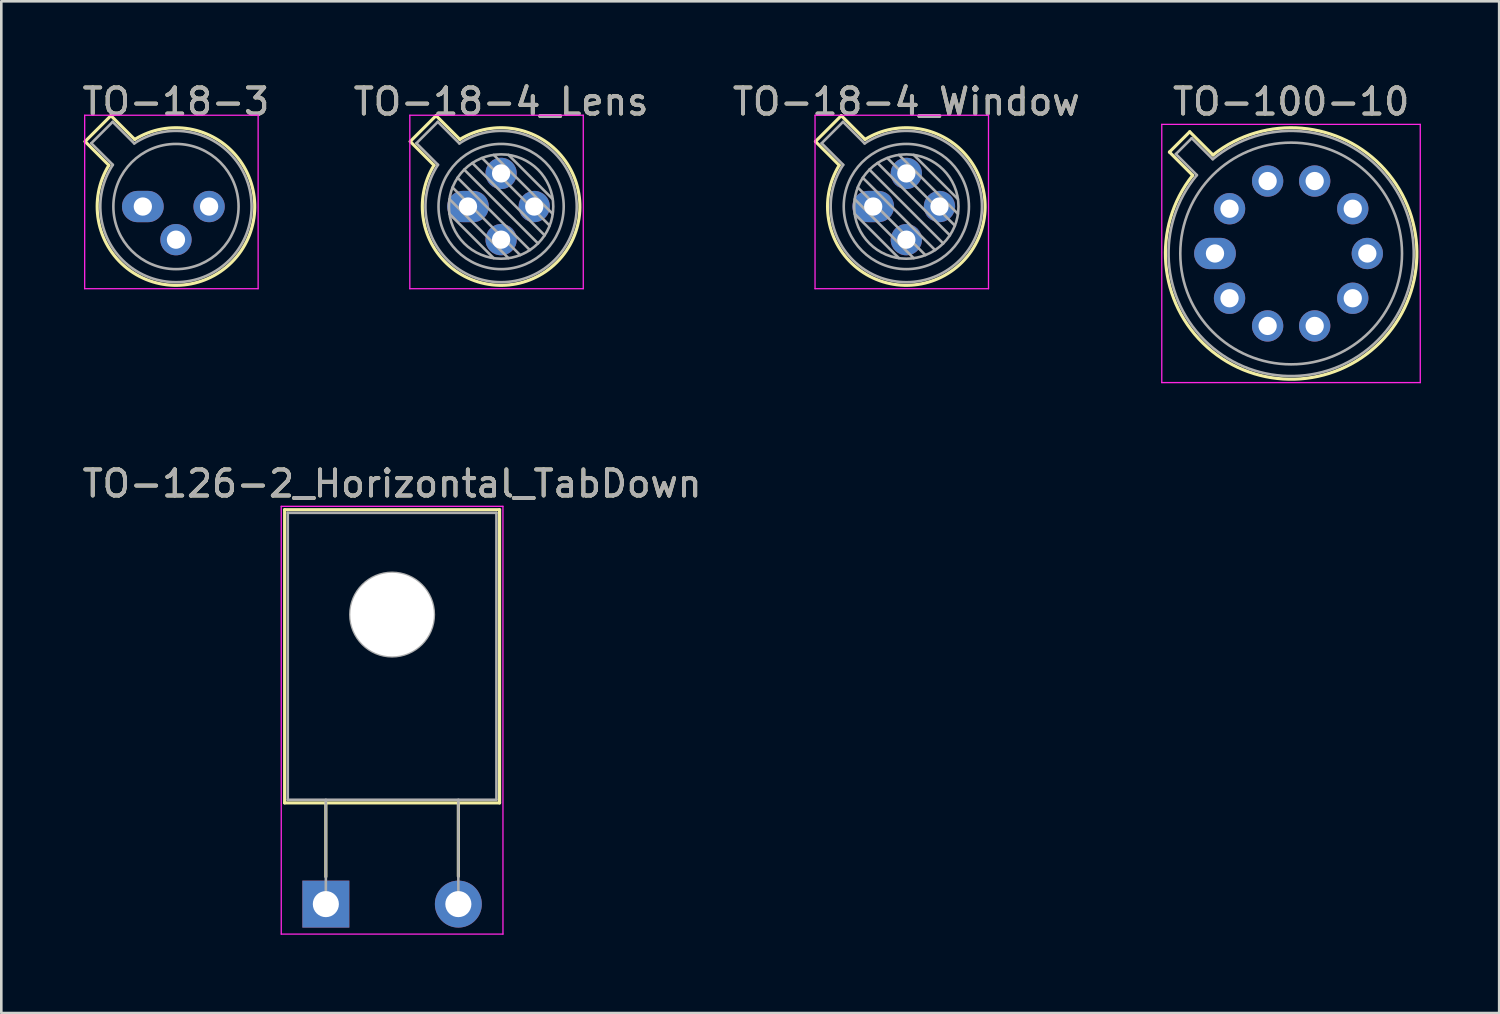
<source format=kicad_pcb>
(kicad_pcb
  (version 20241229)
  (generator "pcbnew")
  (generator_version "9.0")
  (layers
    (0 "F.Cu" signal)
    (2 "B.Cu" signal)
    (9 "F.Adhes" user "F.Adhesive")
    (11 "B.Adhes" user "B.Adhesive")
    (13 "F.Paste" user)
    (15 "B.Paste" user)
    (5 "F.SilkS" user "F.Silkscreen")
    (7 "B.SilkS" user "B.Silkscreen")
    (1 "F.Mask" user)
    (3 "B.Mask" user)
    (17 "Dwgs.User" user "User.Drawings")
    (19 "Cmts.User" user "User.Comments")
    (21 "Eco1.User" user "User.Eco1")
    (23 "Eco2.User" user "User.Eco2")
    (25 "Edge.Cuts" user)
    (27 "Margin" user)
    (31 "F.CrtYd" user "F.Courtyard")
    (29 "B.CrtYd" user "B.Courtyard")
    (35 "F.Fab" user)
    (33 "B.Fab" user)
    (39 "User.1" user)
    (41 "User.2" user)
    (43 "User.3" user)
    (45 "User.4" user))
  (footprint "TO-18-3"
    (layer "F.Cu")
    (at 2.426 4.868)
    (property "Reference" "TO-18-3" (at 1.27 -4.02 0) (layer "F.SilkS") (effects (font (size 1 1) (thickness 0.15))))
    (attr through_hole)
    (fp_line (start -2.214 -2.494) (end -1.302 -1.582) (stroke (width 0.12) (type solid)) (layer "F.SilkS"))
    (fp_line (start -1.224 -3.484) (end -2.214 -2.494) (stroke (width 0.12) (type solid)) (layer "F.SilkS"))
    (fp_line (start -0.312 -2.572) (end -1.224 -3.484) (stroke (width 0.12) (type solid)) (layer "F.SilkS"))
    (fp_arc (start -0.312331 -2.572281) (mid 3.405374 2.135551) (end -1.30215 -1.582544) (stroke (width 0.12) (type solid)) (layer "F.SilkS"))
    (fp_line (start -2.23 -3.5) (end -2.23 3.15) (stroke (width 0.05) (type solid)) (layer "F.CrtYd"))
    (fp_line (start -2.23 3.15) (end 4.42 3.15) (stroke (width 0.05) (type solid)) (layer "F.CrtYd"))
    (fp_line (start 4.42 -3.5) (end -2.23 -3.5) (stroke (width 0.05) (type solid)) (layer "F.CrtYd"))
    (fp_line (start 4.42 3.15) (end 4.42 -3.5) (stroke (width 0.05) (type solid)) (layer "F.CrtYd"))
    (fp_line (start -1.977 -2.426) (end -1.149 -1.599) (stroke (width 0.1) (type solid)) (layer "F.Fab"))
    (fp_line (start -1.156 -3.247) (end -1.977 -2.426) (stroke (width 0.1) (type solid)) (layer "F.Fab"))
    (fp_line (start -0.329 -2.419) (end -1.156 -3.247) (stroke (width 0.1) (type solid)) (layer "F.Fab"))
    (fp_arc (start -0.329057 -2.419301) (mid 3.321076 2.050143) (end -1.150029 -1.597956) (stroke (width 0.1) (type solid)) (layer "F.Fab"))
    (fp_circle (center 1.27 0) (end 3.67 0) (stroke (width 0.1) (type solid)) (fill no) (layer "F.Fab"))
    (fp_text user "${REFERENCE}" (at 1.27 -4.02 0) (layer "F.Fab") (effects (font (size 1 1) (thickness 0.15))))
    (pad "1" thru_hole oval (at 0 0) (size 1.6 1.2) (drill 0.7) (layers "*.Cu" "*.Mask"))
    (pad "2" thru_hole oval (at 1.27 1.27) (size 1.2 1.2) (drill 0.7) (layers "*.Cu" "*.Mask"))
    (pad "3" thru_hole oval (at 2.54 0) (size 1.2 1.2) (drill 0.7) (layers "*.Cu" "*.Mask")))
  (footprint "TO-18-4_Window"
    (layer "F.Cu")
    (at 30.426 4.868)
    (property "Reference" "TO-18-4_Window" (at 1.27 -4.02 0) (layer "F.SilkS") (effects (font (size 1 1) (thickness 0.15))))
    (attr through_hole)
    (fp_line (start -2.214 -2.494) (end -1.302 -1.582) (stroke (width 0.12) (type solid)) (layer "F.SilkS"))
    (fp_line (start -1.224 -3.484) (end -2.214 -2.494) (stroke (width 0.12) (type solid)) (layer "F.SilkS"))
    (fp_line (start -0.312 -2.572) (end -1.224 -3.484) (stroke (width 0.12) (type solid)) (layer "F.SilkS"))
    (fp_arc (start -0.312331 -2.572281) (mid 3.405374 2.135551) (end -1.30215 -1.582544) (stroke (width 0.12) (type solid)) (layer "F.SilkS"))
    (fp_line (start -2.23 -3.5) (end -2.23 3.15) (stroke (width 0.05) (type solid)) (layer "F.CrtYd"))
    (fp_line (start -2.23 3.15) (end 4.42 3.15) (stroke (width 0.05) (type solid)) (layer "F.CrtYd"))
    (fp_line (start 4.42 -3.5) (end -2.23 -3.5) (stroke (width 0.05) (type solid)) (layer "F.CrtYd"))
    (fp_line (start 4.42 3.15) (end 4.42 -3.5) (stroke (width 0.05) (type solid)) (layer "F.CrtYd"))
    (fp_line (start -1.977 -2.426) (end -1.149 -1.599) (stroke (width 0.1) (type solid)) (layer "F.Fab"))
    (fp_line (start -1.156 -3.247) (end -1.977 -2.426) (stroke (width 0.1) (type solid)) (layer "F.Fab"))
    (fp_line (start -0.71 -0.283) (end 1.553 1.98) (stroke (width 0.1) (type solid)) (layer "F.Fab"))
    (fp_line (start -0.71 0.283) (end 0.987 1.98) (stroke (width 0.1) (type solid)) (layer "F.Fab"))
    (fp_line (start -0.592 -0.731) (end 2.001 1.862) (stroke (width 0.1) (type solid)) (layer "F.Fab"))
    (fp_line (start -0.399 -1.103) (end 2.373 1.669) (stroke (width 0.1) (type solid)) (layer "F.Fab"))
    (fp_line (start -0.329 -2.419) (end -1.156 -3.247) (stroke (width 0.1) (type solid)) (layer "F.Fab"))
    (fp_line (start -0.145 -1.415) (end 2.685 1.415) (stroke (width 0.1) (type solid)) (layer "F.Fab"))
    (fp_line (start 0.167 -1.669) (end 2.939 1.103) (stroke (width 0.1) (type solid)) (layer "F.Fab"))
    (fp_line (start 0.539 -1.862) (end 3.132 0.731) (stroke (width 0.1) (type solid)) (layer "F.Fab"))
    (fp_line (start 0.987 -1.98) (end 3.25 0.283) (stroke (width 0.1) (type solid)) (layer "F.Fab"))
    (fp_line (start 1.553 -1.98) (end 3.25 -0.283) (stroke (width 0.1) (type solid)) (layer "F.Fab"))
    (fp_arc (start -0.329057 -2.419301) (mid 3.321076 2.050143) (end -1.150029 -1.597956) (stroke (width 0.1) (type solid)) (layer "F.Fab"))
    (fp_circle (center 1.27 0) (end 3.27 0) (stroke (width 0.1) (type solid)) (fill no) (layer "F.Fab"))
    (fp_circle (center 1.27 0) (end 3.67 0) (stroke (width 0.1) (type solid)) (fill no) (layer "F.Fab"))
    (fp_text user "${REFERENCE}" (at 1.27 -4.02 0) (layer "F.Fab") (effects (font (size 1 1) (thickness 0.15))))
    (pad "1" thru_hole oval (at 0 0) (size 1.6 1.2) (drill 0.7) (layers "*.Cu" "*.Mask"))
    (pad "2" thru_hole oval (at 1.27 1.27) (size 1.2 1.2) (drill 0.7) (layers "*.Cu" "*.Mask"))
    (pad "3" thru_hole oval (at 2.54 0) (size 1.2 1.2) (drill 0.7) (layers "*.Cu" "*.Mask"))
    (pad "4" thru_hole oval (at 1.27 -1.27) (size 1.2 1.2) (drill 0.7) (layers "*.Cu" "*.Mask")))
  (footprint "TO-18-4_Lens"
    (layer "F.Cu")
    (at 14.891 4.868)
    (property "Reference" "TO-18-4_Lens" (at 1.27 -4.02 0) (layer "F.SilkS") (effects (font (size 1 1) (thickness 0.15))))
    (attr through_hole)
    (fp_line (start -2.214 -2.494) (end -1.302 -1.582) (stroke (width 0.12) (type solid)) (layer "F.SilkS"))
    (fp_line (start -1.224 -3.484) (end -2.214 -2.494) (stroke (width 0.12) (type solid)) (layer "F.SilkS"))
    (fp_line (start -0.312 -2.572) (end -1.224 -3.484) (stroke (width 0.12) (type solid)) (layer "F.SilkS"))
    (fp_arc (start -0.312331 -2.572281) (mid 3.405374 2.135551) (end -1.30215 -1.582544) (stroke (width 0.12) (type solid)) (layer "F.SilkS"))
    (fp_line (start -2.23 -3.5) (end -2.23 3.15) (stroke (width 0.05) (type solid)) (layer "F.CrtYd"))
    (fp_line (start -2.23 3.15) (end 4.42 3.15) (stroke (width 0.05) (type solid)) (layer "F.CrtYd"))
    (fp_line (start 4.42 -3.5) (end -2.23 -3.5) (stroke (width 0.05) (type solid)) (layer "F.CrtYd"))
    (fp_line (start 4.42 3.15) (end 4.42 -3.5) (stroke (width 0.05) (type solid)) (layer "F.CrtYd"))
    (fp_line (start -1.977 -2.426) (end -1.149 -1.599) (stroke (width 0.1) (type solid)) (layer "F.Fab"))
    (fp_line (start -1.156 -3.247) (end -1.977 -2.426) (stroke (width 0.1) (type solid)) (layer "F.Fab"))
    (fp_line (start -0.71 -0.283) (end 1.553 1.98) (stroke (width 0.1) (type solid)) (layer "F.Fab"))
    (fp_line (start -0.71 0.283) (end 0.987 1.98) (stroke (width 0.1) (type solid)) (layer "F.Fab"))
    (fp_line (start -0.592 -0.731) (end 2.001 1.862) (stroke (width 0.1) (type solid)) (layer "F.Fab"))
    (fp_line (start -0.399 -1.103) (end 2.373 1.669) (stroke (width 0.1) (type solid)) (layer "F.Fab"))
    (fp_line (start -0.329 -2.419) (end -1.156 -3.247) (stroke (width 0.1) (type solid)) (layer "F.Fab"))
    (fp_line (start -0.145 -1.415) (end 2.685 1.415) (stroke (width 0.1) (type solid)) (layer "F.Fab"))
    (fp_line (start 0.167 -1.669) (end 2.939 1.103) (stroke (width 0.1) (type solid)) (layer "F.Fab"))
    (fp_line (start 0.539 -1.862) (end 3.132 0.731) (stroke (width 0.1) (type solid)) (layer "F.Fab"))
    (fp_line (start 0.987 -1.98) (end 3.25 0.283) (stroke (width 0.1) (type solid)) (layer "F.Fab"))
    (fp_line (start 1.553 -1.98) (end 3.25 -0.283) (stroke (width 0.1) (type solid)) (layer "F.Fab"))
    (fp_arc (start -0.329057 -2.419301) (mid 3.321076 2.050143) (end -1.150029 -1.597956) (stroke (width 0.1) (type solid)) (layer "F.Fab"))
    (fp_circle (center 1.27 0) (end 3.27 0) (stroke (width 0.1) (type solid)) (fill no) (layer "F.Fab"))
    (fp_circle (center 1.27 0) (end 3.67 0) (stroke (width 0.1) (type solid)) (fill no) (layer "F.Fab"))
    (fp_text user "${REFERENCE}" (at 1.27 -4.02 0) (layer "F.Fab") (effects (font (size 1 1) (thickness 0.15))))
    (pad "1" thru_hole oval (at 0 0) (size 1.6 1.2) (drill 0.7) (layers "*.Cu" "*.Mask"))
    (pad "2" thru_hole oval (at 1.27 1.27) (size 1.2 1.2) (drill 0.7) (layers "*.Cu" "*.Mask"))
    (pad "3" thru_hole oval (at 2.54 0) (size 1.2 1.2) (drill 0.7) (layers "*.Cu" "*.Mask"))
    (pad "4" thru_hole oval (at 1.27 -1.27) (size 1.2 1.2) (drill 0.7) (layers "*.Cu" "*.Mask")))
  (footprint "TO-126-2_Horizontal_TabDown"
    (layer "F.Cu")
    (at 9.442 31.611)
    (property "Reference" "TO-126-2_Horizontal_TabDown" (at 2.54 -16.12 0) (layer "F.SilkS") (effects (font (size 1 1) (thickness 0.15))))
    (attr through_hole)
    (fp_line (start -1.58 -15.12) (end -1.58 -3.88) (stroke (width 0.12) (type solid)) (layer "F.SilkS"))
    (fp_line (start -1.58 -15.12) (end 6.66 -15.12) (stroke (width 0.12) (type solid)) (layer "F.SilkS"))
    (fp_line (start -1.58 -3.88) (end 6.66 -3.88) (stroke (width 0.12) (type solid)) (layer "F.SilkS"))
    (fp_line (start 0 -3.88) (end 0 -1.05) (stroke (width 0.12) (type solid)) (layer "F.SilkS"))
    (fp_line (start 5.08 -3.88) (end 5.08 -1.066) (stroke (width 0.12) (type solid)) (layer "F.SilkS"))
    (fp_line (start 6.66 -15.12) (end 6.66 -3.88) (stroke (width 0.12) (type solid)) (layer "F.SilkS"))
    (fp_line (start -1.71 -15.25) (end -1.71 1.15) (stroke (width 0.05) (type solid)) (layer "F.CrtYd"))
    (fp_line (start -1.71 1.15) (end 6.79 1.15) (stroke (width 0.05) (type solid)) (layer "F.CrtYd"))
    (fp_line (start 6.79 -15.25) (end -1.71 -15.25) (stroke (width 0.05) (type solid)) (layer "F.CrtYd"))
    (fp_line (start 6.79 1.15) (end 6.79 -15.25) (stroke (width 0.05) (type solid)) (layer "F.CrtYd"))
    (fp_line (start -1.46 -15) (end 6.54 -15) (stroke (width 0.1) (type solid)) (layer "F.Fab"))
    (fp_line (start -1.46 -4) (end -1.46 -15) (stroke (width 0.1) (type solid)) (layer "F.Fab"))
    (fp_line (start 0 -4) (end 0 0) (stroke (width 0.1) (type solid)) (layer "F.Fab"))
    (fp_line (start 5.08 -4) (end 5.08 0) (stroke (width 0.1) (type solid)) (layer "F.Fab"))
    (fp_line (start 6.54 -15) (end 6.54 -4) (stroke (width 0.1) (type solid)) (layer "F.Fab"))
    (fp_line (start 6.54 -4) (end -1.46 -4) (stroke (width 0.1) (type solid)) (layer "F.Fab"))
    (fp_circle (center 2.54 -11.1) (end 4.14 -11.1) (stroke (width 0.1) (type solid)) (fill no) (layer "F.Fab"))
    (fp_text user "${REFERENCE}" (at 2.54 -16.12 0) (layer "F.Fab") (effects (font (size 1 1) (thickness 0.15))))
    (pad "" np_thru_hole circle (at 2.54 -11.1) (size 3.2 3.2) (drill 3.2) (layers "*.Cu" "*.Mask"))
    (pad "1" thru_hole rect (at 0 0) (size 1.8 1.8) (drill 1) (layers "*.Cu" "*.Mask"))
    (pad "2" thru_hole circle (at 5.08 0) (size 1.8 1.8) (drill 1) (layers "*.Cu" "*.Mask")))
  (footprint "TO-100-10"
    (layer "F.Cu")
    (at 43.529 6.668)
    (property "Reference" "TO-100-10" (at 2.92 -5.82 0) (layer "F.SilkS") (effects (font (size 1 1) (thickness 0.15))))
    (attr through_hole)
    (fp_line (start -1.746 -3.888) (end -0.855 -2.997) (stroke (width 0.12) (type solid)) (layer "F.SilkS"))
    (fp_line (start -0.968 -4.666) (end -1.746 -3.888) (stroke (width 0.12) (type solid)) (layer "F.SilkS"))
    (fp_line (start -0.077 -3.775) (end -0.968 -4.666) (stroke (width 0.12) (type solid)) (layer "F.SilkS"))
    (fp_arc (start -0.077084 -3.774902) (mid 6.328125 3.408384) (end -0.854674 -2.997371) (stroke (width 0.12) (type solid)) (layer "F.SilkS"))
    (fp_line (start -2.04 -4.95) (end -2.04 4.95) (stroke (width 0.05) (type solid)) (layer "F.CrtYd"))
    (fp_line (start -2.04 4.95) (end 7.87 4.95) (stroke (width 0.05) (type solid)) (layer "F.CrtYd"))
    (fp_line (start 7.87 -4.95) (end -2.04 -4.95) (stroke (width 0.05) (type solid)) (layer "F.CrtYd"))
    (fp_line (start 7.87 4.95) (end 7.87 -4.95) (stroke (width 0.05) (type solid)) (layer "F.CrtYd"))
    (fp_line (start -1.5 -3.812) (end -0.694 -3.005) (stroke (width 0.1) (type solid)) (layer "F.Fab"))
    (fp_line (start -0.892 -4.42) (end -1.5 -3.812) (stroke (width 0.1) (type solid)) (layer "F.Fab"))
    (fp_line (start -0.085 -3.614) (end -0.892 -4.42) (stroke (width 0.1) (type solid)) (layer "F.Fab"))
    (fp_arc (start -0.085408 -3.61352) (mid 6.243443 3.323361) (end -0.693594 -3.005319) (stroke (width 0.1) (type solid)) (layer "F.Fab"))
    (fp_circle (center 2.92 0) (end 7.17 0) (stroke (width 0.1) (type solid)) (fill no) (layer "F.Fab"))
    (fp_text user "${REFERENCE}" (at 2.92 -5.82 0) (layer "F.Fab") (effects (font (size 1 1) (thickness 0.15))))
    (pad "1" thru_hole oval (at 0 0) (size 1.6 1.2) (drill 0.7) (layers "*.Cu" "*.Mask"))
    (pad "2" thru_hole oval (at 0.558 1.716) (size 1.2 1.2) (drill 0.7) (layers "*.Cu" "*.Mask"))
    (pad "3" thru_hole oval (at 2.018 2.777) (size 1.2 1.2) (drill 0.7) (layers "*.Cu" "*.Mask"))
    (pad "4" thru_hole oval (at 3.822 2.777) (size 1.2 1.2) (drill 0.7) (layers "*.Cu" "*.Mask"))
    (pad "5" thru_hole oval (at 5.282 1.716) (size 1.2 1.2) (drill 0.7) (layers "*.Cu" "*.Mask"))
    (pad "6" thru_hole oval (at 5.84 0) (size 1.2 1.2) (drill 0.7) (layers "*.Cu" "*.Mask"))
    (pad "7" thru_hole oval (at 5.282 -1.716) (size 1.2 1.2) (drill 0.7) (layers "*.Cu" "*.Mask"))
    (pad "8" thru_hole oval (at 3.822 -2.777) (size 1.2 1.2) (drill 0.7) (layers "*.Cu" "*.Mask"))
    (pad "9" thru_hole oval (at 2.018 -2.777) (size 1.2 1.2) (drill 0.7) (layers "*.Cu" "*.Mask"))
    (pad "10" thru_hole oval (at 0.558 -1.716) (size 1.2 1.2) (drill 0.7) (layers "*.Cu" "*.Mask")))
  (gr_rect
    (start -3 -3)
    (end 54.424 35.786)
    (stroke (width 0.1) (type default))
    (fill no)
    (layer "Edge.Cuts")))
</source>
